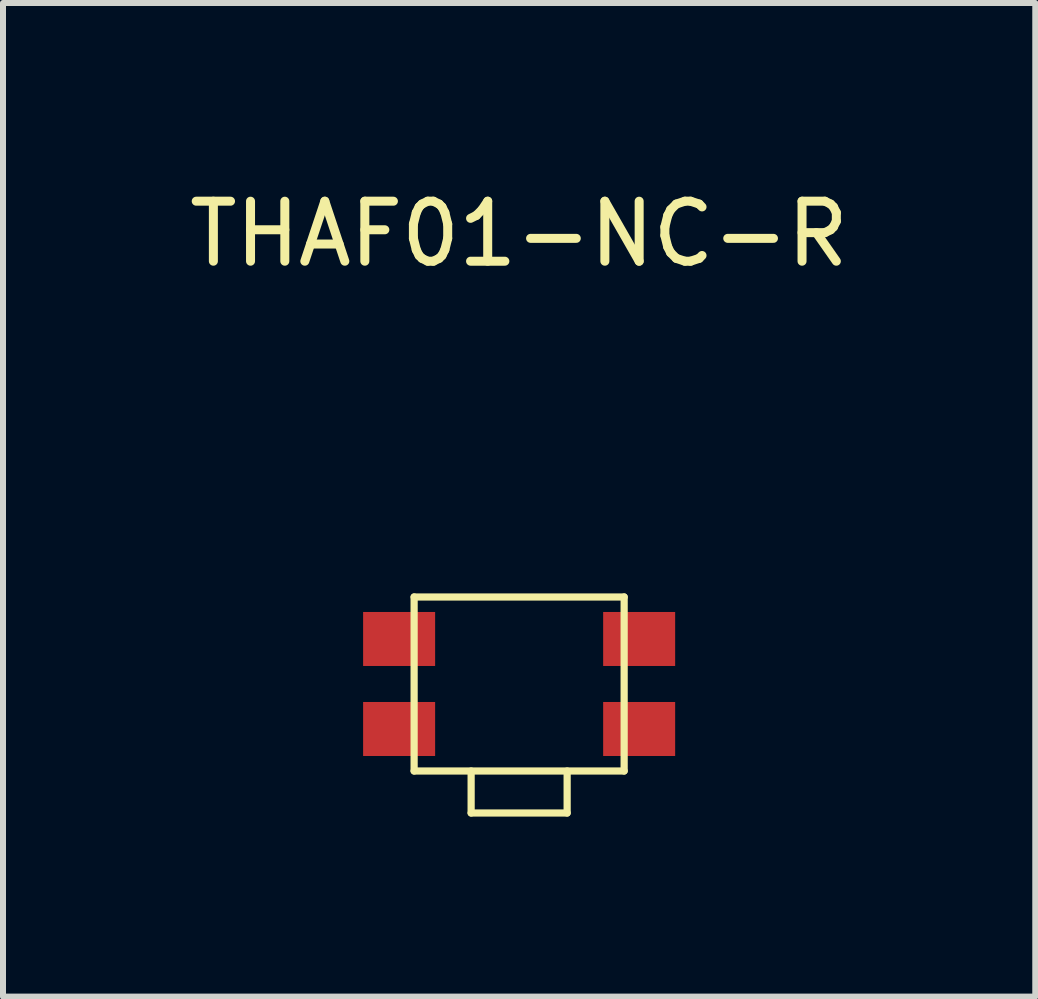
<source format=kicad_pcb>
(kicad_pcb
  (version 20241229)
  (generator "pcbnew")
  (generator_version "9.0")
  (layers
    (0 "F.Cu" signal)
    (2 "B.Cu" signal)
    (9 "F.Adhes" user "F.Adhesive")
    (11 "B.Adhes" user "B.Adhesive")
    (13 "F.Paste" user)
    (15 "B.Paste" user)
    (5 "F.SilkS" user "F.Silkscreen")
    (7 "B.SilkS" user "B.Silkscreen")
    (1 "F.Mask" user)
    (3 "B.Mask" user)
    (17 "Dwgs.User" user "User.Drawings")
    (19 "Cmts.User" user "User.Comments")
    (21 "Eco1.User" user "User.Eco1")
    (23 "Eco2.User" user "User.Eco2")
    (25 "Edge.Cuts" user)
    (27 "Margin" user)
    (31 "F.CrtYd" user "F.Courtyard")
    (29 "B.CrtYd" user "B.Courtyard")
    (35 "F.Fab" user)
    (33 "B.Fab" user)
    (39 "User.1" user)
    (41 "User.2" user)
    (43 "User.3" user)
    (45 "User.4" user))
  (footprint "THAF01-NC-R"
    (layer "F.Cu")
    (at 5.601 8.348)
    (property "Reference" "THAF01-NC-R" (at 0 -7.5 0) (layer "F.SilkS") (effects (font (size 1 1) (thickness 0.15))))
    (attr through_hole)
    (fp_line (start -1.75 -1.45) (end 1.75 -1.45) (stroke (width 0.12) (type solid)) (layer "F.SilkS"))
    (fp_line (start -1.75 1.45) (end -1.75 -1.45) (stroke (width 0.12) (type solid)) (layer "F.SilkS"))
    (fp_line (start -0.8 2.15) (end -0.8 1.45) (stroke (width 0.12) (type solid)) (layer "F.SilkS"))
    (fp_line (start -0.8 2.15) (end 0.8 2.15) (stroke (width 0.12) (type solid)) (layer "F.SilkS"))
    (fp_line (start 0.8 2.15) (end 0.8 1.45) (stroke (width 0.12) (type solid)) (layer "F.SilkS"))
    (fp_line (start 1.75 -1.45) (end 1.75 1.45) (stroke (width 0.12) (type solid)) (layer "F.SilkS"))
    (fp_line (start 1.75 1.45) (end -1.75 1.45) (stroke (width 0.12) (type solid)) (layer "F.SilkS"))
    (pad "1" smd rect (at -2 -0.75) (size 1.2 0.9) (layers "F.Cu" "F.Mask" "F.Paste"))
    (pad "1" smd rect (at 2 -0.75) (size 1.2 0.9) (layers "F.Cu" "F.Mask" "F.Paste"))
    (pad "2" smd rect (at -2 0.75) (size 1.2 0.9) (layers "F.Cu" "F.Mask" "F.Paste"))
    (pad "2" smd rect (at 2 0.75) (size 1.2 0.9) (layers "F.Cu" "F.Mask" "F.Paste")))
  (gr_rect
    (start -3 -3)
    (end 14.202 13.558)
    (stroke (width 0.1) (type default))
    (fill no)
    (layer "Edge.Cuts")))
</source>
